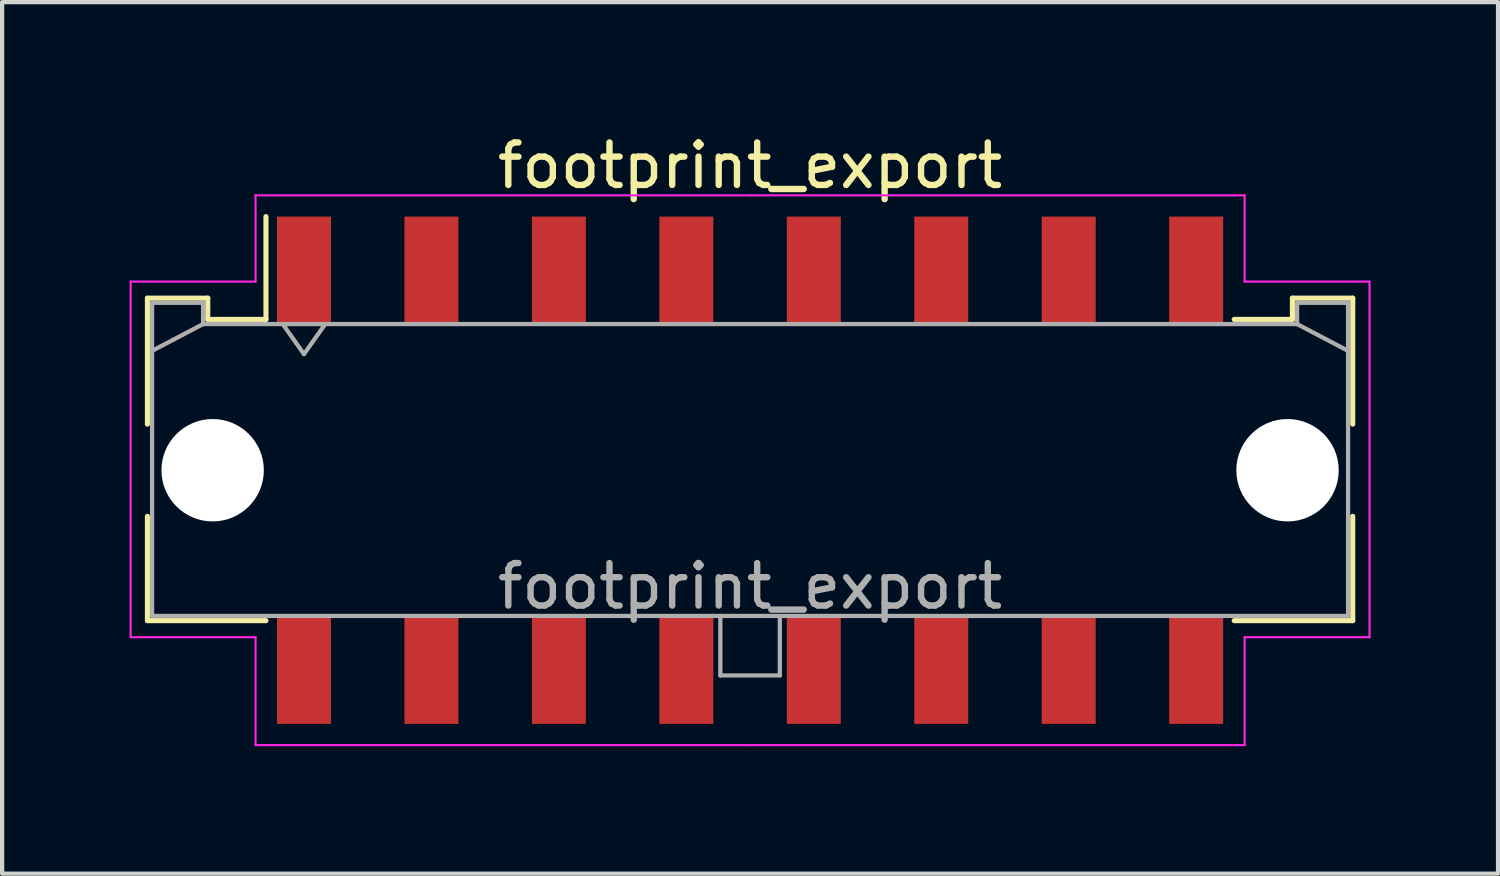
<source format=kicad_pcb>
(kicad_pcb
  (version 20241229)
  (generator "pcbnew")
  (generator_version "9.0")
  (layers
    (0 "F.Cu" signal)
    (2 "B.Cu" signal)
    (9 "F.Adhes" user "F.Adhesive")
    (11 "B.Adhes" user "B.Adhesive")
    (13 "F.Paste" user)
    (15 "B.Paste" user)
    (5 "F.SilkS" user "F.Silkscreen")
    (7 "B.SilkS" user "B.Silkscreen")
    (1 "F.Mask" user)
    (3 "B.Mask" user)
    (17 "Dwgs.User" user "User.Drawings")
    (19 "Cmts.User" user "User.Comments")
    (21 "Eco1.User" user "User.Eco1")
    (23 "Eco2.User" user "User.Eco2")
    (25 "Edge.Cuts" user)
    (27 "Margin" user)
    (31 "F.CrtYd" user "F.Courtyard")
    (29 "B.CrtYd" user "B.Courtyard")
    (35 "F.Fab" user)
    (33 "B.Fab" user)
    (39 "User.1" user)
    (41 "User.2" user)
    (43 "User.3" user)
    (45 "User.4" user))
  (footprint "footprint_export"
    (layer "F.Cu")
    (at 14.605 8.018)
    (property "Reference" "footprint_export" (at 0 -7.17 0) (layer "F.SilkS") (effects (font (size 1 1) (thickness 0.15))))
    (attr smd)
    (fp_line (start -14.185 -4.05) (end -12.765 -4.05) (stroke (width 0.12) (type solid)) (layer "F.SilkS"))
    (fp_line (start -14.185 -1.085) (end -14.185 -4.05) (stroke (width 0.12) (type solid)) (layer "F.SilkS"))
    (fp_line (start -14.185 1.085) (end -14.185 3.54) (stroke (width 0.12) (type solid)) (layer "F.SilkS"))
    (fp_line (start -14.185 3.54) (end -11.395 3.54) (stroke (width 0.12) (type solid)) (layer "F.SilkS"))
    (fp_line (start -12.765 -4.05) (end -12.765 -3.55) (stroke (width 0.12) (type solid)) (layer "F.SilkS"))
    (fp_line (start -12.765 -3.55) (end -11.395 -3.55) (stroke (width 0.12) (type solid)) (layer "F.SilkS"))
    (fp_line (start -11.395 -3.55) (end -11.395 -5.97) (stroke (width 0.12) (type solid)) (layer "F.SilkS"))
    (fp_line (start 12.765 -4.05) (end 12.765 -3.55) (stroke (width 0.12) (type solid)) (layer "F.SilkS"))
    (fp_line (start 12.765 -3.55) (end 11.395 -3.55) (stroke (width 0.12) (type solid)) (layer "F.SilkS"))
    (fp_line (start 14.185 -4.05) (end 12.765 -4.05) (stroke (width 0.12) (type solid)) (layer "F.SilkS"))
    (fp_line (start 14.185 -1.085) (end 14.185 -4.05) (stroke (width 0.12) (type solid)) (layer "F.SilkS"))
    (fp_line (start 14.185 1.085) (end 14.185 3.54) (stroke (width 0.12) (type solid)) (layer "F.SilkS"))
    (fp_line (start 14.185 3.54) (end 11.395 3.54) (stroke (width 0.12) (type solid)) (layer "F.SilkS"))
    (fp_line (start -14.58 -4.44) (end -14.58 3.93) (stroke (width 0.05) (type solid)) (layer "F.CrtYd"))
    (fp_line (start -14.58 3.93) (end -11.64 3.93) (stroke (width 0.05) (type solid)) (layer "F.CrtYd"))
    (fp_line (start -11.64 -6.47) (end -11.64 -4.44) (stroke (width 0.05) (type solid)) (layer "F.CrtYd"))
    (fp_line (start -11.64 -4.44) (end -14.58 -4.44) (stroke (width 0.05) (type solid)) (layer "F.CrtYd"))
    (fp_line (start -11.64 3.93) (end -11.64 6.47) (stroke (width 0.05) (type solid)) (layer "F.CrtYd"))
    (fp_line (start -11.64 6.47) (end 0 6.47) (stroke (width 0.05) (type solid)) (layer "F.CrtYd"))
    (fp_line (start 0 -6.47) (end -11.64 -6.47) (stroke (width 0.05) (type solid)) (layer "F.CrtYd"))
    (fp_line (start 0 -6.47) (end 11.64 -6.47) (stroke (width 0.05) (type solid)) (layer "F.CrtYd"))
    (fp_line (start 11.64 -6.47) (end 11.64 -4.44) (stroke (width 0.05) (type solid)) (layer "F.CrtYd"))
    (fp_line (start 11.64 -4.44) (end 14.58 -4.44) (stroke (width 0.05) (type solid)) (layer "F.CrtYd"))
    (fp_line (start 11.64 3.93) (end 11.64 6.47) (stroke (width 0.05) (type solid)) (layer "F.CrtYd"))
    (fp_line (start 11.64 6.47) (end 0 6.47) (stroke (width 0.05) (type solid)) (layer "F.CrtYd"))
    (fp_line (start 14.58 -4.44) (end 14.58 3.93) (stroke (width 0.05) (type solid)) (layer "F.CrtYd"))
    (fp_line (start 14.58 3.93) (end 11.64 3.93) (stroke (width 0.05) (type solid)) (layer "F.CrtYd"))
    (fp_line (start -14.075 -3.94) (end -14.075 3.43) (stroke (width 0.1) (type solid)) (layer "F.Fab"))
    (fp_line (start -14.075 -2.81) (end -12.875 -3.44) (stroke (width 0.1) (type solid)) (layer "F.Fab"))
    (fp_line (start -14.075 3.43) (end 14.075 3.43) (stroke (width 0.1) (type solid)) (layer "F.Fab"))
    (fp_line (start -12.875 -3.94) (end -14.075 -3.94) (stroke (width 0.1) (type solid)) (layer "F.Fab"))
    (fp_line (start -12.875 -3.44) (end -12.875 -3.94) (stroke (width 0.1) (type solid)) (layer "F.Fab"))
    (fp_line (start -11 -3.44) (end -10.5 -2.733) (stroke (width 0.1) (type solid)) (layer "F.Fab"))
    (fp_line (start -10.5 -2.733) (end -10 -3.44) (stroke (width 0.1) (type solid)) (layer "F.Fab"))
    (fp_line (start -0.7 3.43) (end -0.7 4.83) (stroke (width 0.1) (type solid)) (layer "F.Fab"))
    (fp_line (start -0.7 4.83) (end 0.7 4.83) (stroke (width 0.1) (type solid)) (layer "F.Fab"))
    (fp_line (start 0.7 4.83) (end 0.7 3.43) (stroke (width 0.1) (type solid)) (layer "F.Fab"))
    (fp_line (start 12.875 -3.94) (end 12.875 -3.44) (stroke (width 0.1) (type solid)) (layer "F.Fab"))
    (fp_line (start 12.875 -3.44) (end -12.875 -3.44) (stroke (width 0.1) (type solid)) (layer "F.Fab"))
    (fp_line (start 14.075 -3.94) (end 12.875 -3.94) (stroke (width 0.1) (type solid)) (layer "F.Fab"))
    (fp_line (start 14.075 -2.81) (end 12.875 -3.44) (stroke (width 0.1) (type solid)) (layer "F.Fab"))
    (fp_line (start 14.075 3.43) (end 14.075 -3.94) (stroke (width 0.1) (type solid)) (layer "F.Fab"))
    (fp_text user "${REFERENCE}" (at 0 2.73 0) (layer "F.Fab") (effects (font (size 1 1) (thickness 0.15))))
    (pad "" np_thru_hole circle (at -12.65 0) (size 2.41 2.41) (drill 2.41) (layers "*.Cu" "*.Mask"))
    (pad "" np_thru_hole circle (at 12.65 0) (size 2.41 2.41) (drill 2.41) (layers "*.Cu" "*.Mask"))
    (pad "1" smd rect (at -10.5 -4.7) (size 1.27 2.54) (layers "F.Cu" "F.Mask" "F.Paste"))
    (pad "2" smd rect (at -7.5 -4.7) (size 1.27 2.54) (layers "F.Cu" "F.Mask" "F.Paste"))
    (pad "3" smd rect (at -4.5 -4.7) (size 1.27 2.54) (layers "F.Cu" "F.Mask" "F.Paste"))
    (pad "4" smd rect (at -1.5 -4.7) (size 1.27 2.54) (layers "F.Cu" "F.Mask" "F.Paste"))
    (pad "5" smd rect (at 1.5 -4.7) (size 1.27 2.54) (layers "F.Cu" "F.Mask" "F.Paste"))
    (pad "6" smd rect (at 4.5 -4.7) (size 1.27 2.54) (layers "F.Cu" "F.Mask" "F.Paste"))
    (pad "7" smd rect (at 7.5 -4.7) (size 1.27 2.54) (layers "F.Cu" "F.Mask" "F.Paste"))
    (pad "8" smd rect (at 10.5 -4.7) (size 1.27 2.54) (layers "F.Cu" "F.Mask" "F.Paste"))
    (pad "9" smd rect (at -10.5 4.7) (size 1.27 2.54) (layers "F.Cu" "F.Mask" "F.Paste"))
    (pad "10" smd rect (at -7.5 4.7) (size 1.27 2.54) (layers "F.Cu" "F.Mask" "F.Paste"))
    (pad "11" smd rect (at -4.5 4.7) (size 1.27 2.54) (layers "F.Cu" "F.Mask" "F.Paste"))
    (pad "12" smd rect (at -1.5 4.7) (size 1.27 2.54) (layers "F.Cu" "F.Mask" "F.Paste"))
    (pad "13" smd rect (at 1.5 4.7) (size 1.27 2.54) (layers "F.Cu" "F.Mask" "F.Paste"))
    (pad "14" smd rect (at 4.5 4.7) (size 1.27 2.54) (layers "F.Cu" "F.Mask" "F.Paste"))
    (pad "15" smd rect (at 7.5 4.7) (size 1.27 2.54) (layers "F.Cu" "F.Mask" "F.Paste"))
    (pad "16" smd rect (at 10.5 4.7) (size 1.27 2.54) (layers "F.Cu" "F.Mask" "F.Paste")))
  (gr_rect
    (start -3 -3)
    (end 32.21 17.513)
    (stroke (width 0.1) (type default))
    (fill no)
    (layer "Edge.Cuts")))
</source>
